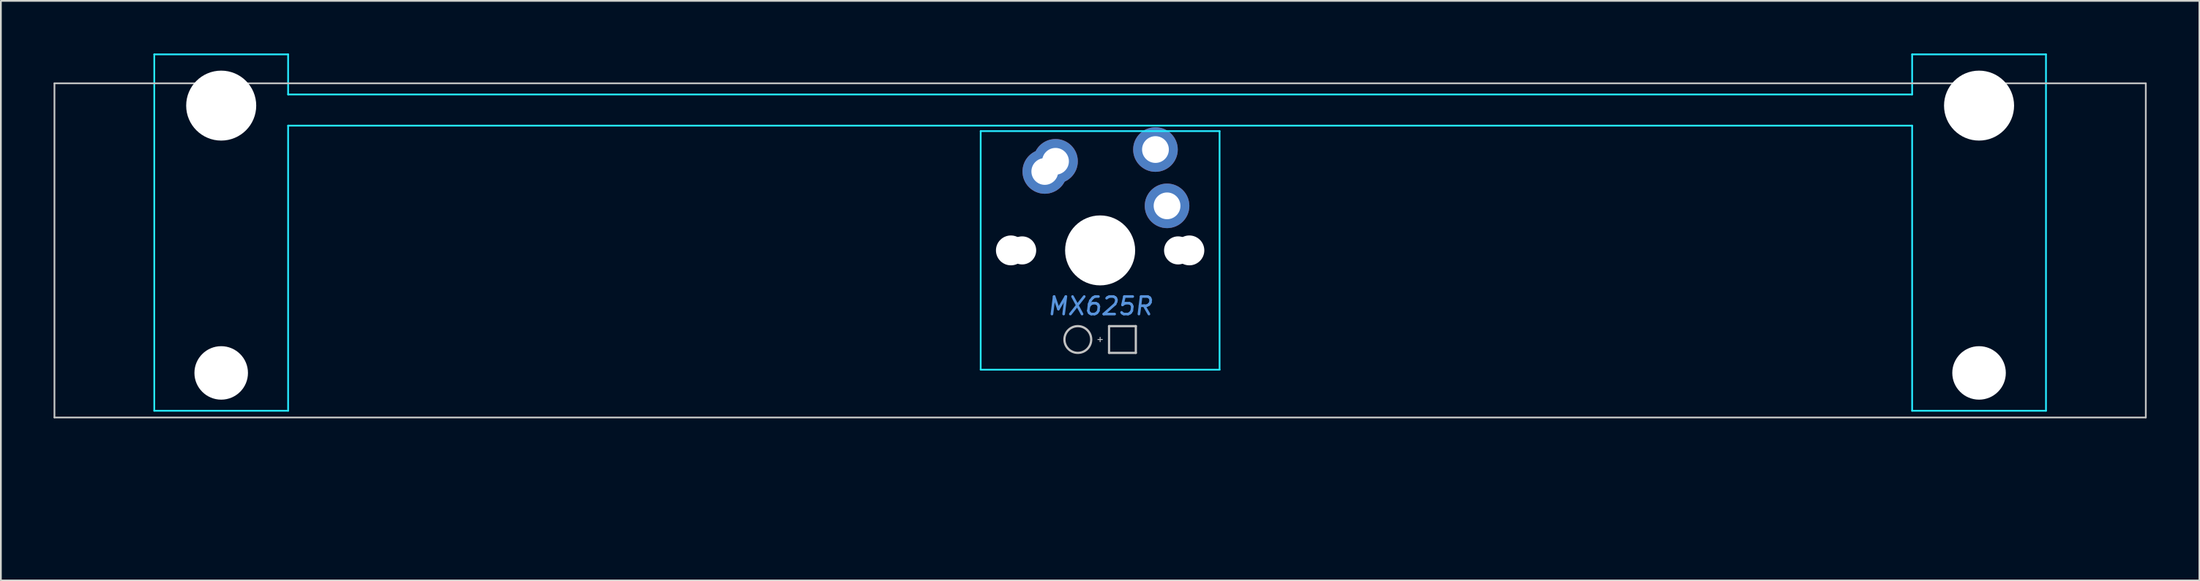
<source format=kicad_pcb>
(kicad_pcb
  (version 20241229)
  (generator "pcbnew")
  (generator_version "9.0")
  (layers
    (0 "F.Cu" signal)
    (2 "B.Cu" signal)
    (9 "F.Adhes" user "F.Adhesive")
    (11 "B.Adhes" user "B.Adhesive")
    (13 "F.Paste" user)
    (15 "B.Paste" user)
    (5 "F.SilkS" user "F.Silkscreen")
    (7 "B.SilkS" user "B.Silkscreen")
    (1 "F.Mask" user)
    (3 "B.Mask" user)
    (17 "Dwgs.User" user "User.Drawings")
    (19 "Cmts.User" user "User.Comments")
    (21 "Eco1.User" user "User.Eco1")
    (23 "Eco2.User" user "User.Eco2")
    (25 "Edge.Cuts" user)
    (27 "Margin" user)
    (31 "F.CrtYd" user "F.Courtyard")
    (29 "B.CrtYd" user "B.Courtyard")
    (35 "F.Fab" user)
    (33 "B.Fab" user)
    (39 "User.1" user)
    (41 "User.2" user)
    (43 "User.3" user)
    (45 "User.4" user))
  (footprint "MX625R"
    (layer "F.Cu")
    (at 59.581 11.226)
    (property "Reference" "MX625R" (at 0 3.175 0) (layer "Cmts.User") (effects (font (size 1 1) (thickness 0.15) (italic yes))))
    (attr through_hole)
    (fp_line (start -59.531 -9.525) (end -59.531 9.525) (stroke (width 0.1) (type solid)) (layer "Dwgs.User"))
    (fp_line (start -59.531 -9.525) (end 59.531 -9.525) (stroke (width 0.1) (type solid)) (layer "Dwgs.User"))
    (fp_line (start -59.531 9.525) (end 59.531 9.525) (stroke (width 0.1) (type solid)) (layer "Dwgs.User"))
    (fp_line (start -0.127 5.08) (end 0.127 5.08) (stroke (width 0.051) (type solid)) (layer "Dwgs.User"))
    (fp_line (start 0 5.207) (end 0 4.953) (stroke (width 0.051) (type solid)) (layer "Dwgs.User"))
    (fp_line (start 0.508 4.318) (end 0.508 5.842) (stroke (width 0.127) (type solid)) (layer "Dwgs.User"))
    (fp_line (start 0.508 4.318) (end 2.032 4.318) (stroke (width 0.127) (type solid)) (layer "Dwgs.User"))
    (fp_line (start 0.508 5.842) (end 2.032 5.842) (stroke (width 0.127) (type solid)) (layer "Dwgs.User"))
    (fp_line (start 2.032 5.842) (end 2.032 4.318) (stroke (width 0.127) (type solid)) (layer "Dwgs.User"))
    (fp_line (start 59.531 -9.525) (end 59.531 9.525) (stroke (width 0.1) (type solid)) (layer "Dwgs.User"))
    (fp_circle (center -1.27 5.08) (end -0.508 5.08) (stroke (width 0.127) (type solid)) (fill no) (layer "Dwgs.User"))
    (fp_line (start -54.28 0.508) (end -53.264 0.508) (stroke (width 0.1) (type solid)) (layer "Eco1.User"))
    (fp_line (start -54.28 3.302) (end -54.28 0.508) (stroke (width 0.1) (type solid)) (layer "Eco1.User"))
    (fp_line (start -53.264 0.508) (end -53.264 -6.604) (stroke (width 0.1) (type solid)) (layer "Eco1.User"))
    (fp_line (start -53.264 3.302) (end -54.28 3.302) (stroke (width 0.1) (type solid)) (layer "Eco1.User"))
    (fp_line (start -53.264 -6.604) (end -51.46 -6.604) (stroke (width 0.1) (type solid)) (layer "Eco1.User"))
    (fp_line (start -53.264 5.69) (end -53.264 3.302) (stroke (width 0.1) (type solid)) (layer "Eco1.User"))
    (fp_line (start -51.46 -7.772) (end -48.412 -7.772) (stroke (width 0.1) (type solid)) (layer "Eco1.User"))
    (fp_line (start -51.46 -6.604) (end -51.46 -7.772) (stroke (width 0.1) (type solid)) (layer "Eco1.User"))
    (fp_line (start -48.412 -7.772) (end -48.412 -6.604) (stroke (width 0.1) (type solid)) (layer "Eco1.User"))
    (fp_line (start -48.412 -6.604) (end -46.609 -6.604) (stroke (width 0.1) (type solid)) (layer "Eco1.User"))
    (fp_line (start -46.609 -2.286) (end -6.985 -2.286) (stroke (width 0.1) (type solid)) (layer "Eco1.User"))
    (fp_line (start -46.609 5.69) (end -53.264 5.69) (stroke (width 0.1) (type solid)) (layer "Eco1.User"))
    (fp_line (start -46.609 -6.604) (end -46.609 -2.286) (stroke (width 0.1) (type solid)) (layer "Eco1.User"))
    (fp_line (start -46.609 2.286) (end -46.609 5.69) (stroke (width 0.1) (type solid)) (layer "Eco1.User"))
    (fp_line (start -7 7) (end -6.985 2.286) (stroke (width 0.1) (type solid)) (layer "Eco1.User"))
    (fp_line (start -6.985 -2.286) (end -6.985 -6.985) (stroke (width 0.1) (type solid)) (layer "Eco1.User"))
    (fp_line (start -6.985 -6.985) (end 7 -7) (stroke (width 0.1) (type solid)) (layer "Eco1.User"))
    (fp_line (start -6.985 2.286) (end -46.609 2.286) (stroke (width 0.1) (type solid)) (layer "Eco1.User"))
    (fp_line (start -0.941 0.000031) (end 0.941 -0.000025) (stroke (width 0.1) (type solid)) (layer "Eco1.User"))
    (fp_line (start 0 15.765) (end 0 15.765) (stroke (width 0.1) (type solid)) (layer "Eco1.User"))
    (fp_line (start 0 15.765) (end 0 15.765) (stroke (width 0.1) (type solid)) (layer "Eco1.User"))
    (fp_line (start 0 15.765) (end 0 15.765) (stroke (width 0.1) (type solid)) (layer "Eco1.User"))
    (fp_line (start 0.000028 0.941) (end -0.000028 -0.941) (stroke (width 0.1) (type solid)) (layer "Eco1.User"))
    (fp_line (start 6.985 -2.286) (end 46.609 -2.286) (stroke (width 0.1) (type solid)) (layer "Eco1.User"))
    (fp_line (start 6.985 2.286) (end 7 7) (stroke (width 0.1) (type solid)) (layer "Eco1.User"))
    (fp_line (start 7 -7) (end 6.985 -2.286) (stroke (width 0.1) (type solid)) (layer "Eco1.User"))
    (fp_line (start 7 7) (end -7 7) (stroke (width 0.1) (type solid)) (layer "Eco1.User"))
    (fp_line (start 46.609 -6.604) (end 48.412 -6.604) (stroke (width 0.1) (type solid)) (layer "Eco1.User"))
    (fp_line (start 46.609 -2.286) (end 46.609 -6.604) (stroke (width 0.1) (type solid)) (layer "Eco1.User"))
    (fp_line (start 46.609 2.286) (end 6.985 2.286) (stroke (width 0.1) (type solid)) (layer "Eco1.User"))
    (fp_line (start 46.609 5.69) (end 46.609 2.286) (stroke (width 0.1) (type solid)) (layer "Eco1.User"))
    (fp_line (start 48.412 -7.772) (end 51.46 -7.772) (stroke (width 0.1) (type solid)) (layer "Eco1.User"))
    (fp_line (start 48.412 -6.604) (end 48.412 -7.772) (stroke (width 0.1) (type solid)) (layer "Eco1.User"))
    (fp_line (start 51.46 -7.772) (end 51.46 -6.604) (stroke (width 0.1) (type solid)) (layer "Eco1.User"))
    (fp_line (start 51.46 -6.604) (end 53.264 -6.604) (stroke (width 0.1) (type solid)) (layer "Eco1.User"))
    (fp_line (start 53.264 -6.604) (end 53.264 0.508) (stroke (width 0.1) (type solid)) (layer "Eco1.User"))
    (fp_line (start 53.264 5.69) (end 46.609 5.69) (stroke (width 0.1) (type solid)) (layer "Eco1.User"))
    (fp_line (start 53.264 0.508) (end 54.28 0.508) (stroke (width 0.1) (type solid)) (layer "Eco1.User"))
    (fp_line (start 53.264 3.302) (end 53.264 5.69) (stroke (width 0.1) (type solid)) (layer "Eco1.User"))
    (fp_line (start 54.28 0.508) (end 54.28 3.302) (stroke (width 0.1) (type solid)) (layer "Eco1.User"))
    (fp_line (start 54.28 3.302) (end 53.264 3.302) (stroke (width 0.1) (type solid)) (layer "Eco1.User"))
    (fp_line (start -53.848 9.144) (end -53.848 -11.176) (stroke (width 0.1) (type solid)) (layer "B.CrtYd"))
    (fp_line (start -46.228 -11.176) (end -53.848 -11.176) (stroke (width 0.1) (type solid)) (layer "B.CrtYd"))
    (fp_line (start -46.228 -8.89) (end -46.228 -11.176) (stroke (width 0.1) (type solid)) (layer "B.CrtYd"))
    (fp_line (start -46.228 -7.112) (end -46.228 9.144) (stroke (width 0.1) (type solid)) (layer "B.CrtYd"))
    (fp_line (start -46.228 9.144) (end -53.848 9.144) (stroke (width 0.1) (type solid)) (layer "B.CrtYd"))
    (fp_line (start -6.8 -6.8) (end -6.8 6.8) (stroke (width 0.1) (type solid)) (layer "B.CrtYd"))
    (fp_line (start -6.8 -6.8) (end 6.8 -6.8) (stroke (width 0.1) (type solid)) (layer "B.CrtYd"))
    (fp_line (start -6.8 6.8) (end 6.8 6.8) (stroke (width 0.1) (type solid)) (layer "B.CrtYd"))
    (fp_line (start 6.8 6.8) (end 6.8 -6.8) (stroke (width 0.1) (type solid)) (layer "B.CrtYd"))
    (fp_line (start 46.228 -8.89) (end -46.228 -8.89) (stroke (width 0.1) (type solid)) (layer "B.CrtYd"))
    (fp_line (start 46.228 -8.89) (end 46.228 -11.176) (stroke (width 0.1) (type solid)) (layer "B.CrtYd"))
    (fp_line (start 46.228 -7.112) (end -46.228 -7.112) (stroke (width 0.1) (type solid)) (layer "B.CrtYd"))
    (fp_line (start 46.228 -7.112) (end 46.228 9.144) (stroke (width 0.1) (type solid)) (layer "B.CrtYd"))
    (fp_line (start 53.848 -11.176) (end 46.228 -11.176) (stroke (width 0.1) (type solid)) (layer "B.CrtYd"))
    (fp_line (start 53.848 9.144) (end 46.228 9.144) (stroke (width 0.1) (type solid)) (layer "B.CrtYd"))
    (fp_line (start 53.848 9.144) (end 53.848 -11.176) (stroke (width 0.1) (type solid)) (layer "B.CrtYd"))
    (pad "" np_thru_hole circle (at -50.038 -8.255) (size 3.988 3.988) (drill 3.988) (layers "*.Cu" "*.Mask"))
    (pad "" np_thru_hole circle (at -50.038 6.985) (size 3.048 3.048) (drill 3.048) (layers "*.Cu" "*.Mask"))
    (pad "" np_thru_hole circle (at -5.08 0) (size 1.702 1.702) (drill 1.702) (layers "*.Cu" "*.Mask"))
    (pad "" np_thru_hole circle (at -4.44 0) (size 1.6 1.6) (drill 1.6) (layers "*.Cu" "*.Mask"))
    (pad "" np_thru_hole circle (at 0 0) (size 3.988 3.988) (drill 3.988) (layers "*.Cu" "*.Mask"))
    (pad "" np_thru_hole circle (at 4.44 0) (size 1.6 1.6) (drill 1.6) (layers "*.Cu" "*.Mask"))
    (pad "" np_thru_hole circle (at 5.08 0) (size 1.702 1.702) (drill 1.702) (layers "*.Cu" "*.Mask"))
    (pad "" np_thru_hole circle (at 50.038 -8.255) (size 3.988 3.988) (drill 3.988) (layers "*.Cu" "*.Mask"))
    (pad "" np_thru_hole circle (at 50.038 6.985) (size 3.048 3.048) (drill 3.048) (layers "*.Cu" "*.Mask"))
    (pad "1" thru_hole circle (at -3.15 -4.5) (size 2.54 2.54) (drill 1.524) (layers "*.Cu" "*.Mask"))
    (pad "1" thru_hole circle (at -2.54 -5.08) (size 2.54 2.54) (drill 1.524) (layers "*.Cu" "*.Mask"))
    (pad "2" thru_hole circle (at 3.15 -5.75) (size 2.54 2.54) (drill 1.524) (layers "*.Cu" "*.Mask"))
    (pad "2" thru_hole circle (at 3.81 -2.54) (size 2.54 2.54) (drill 1.524) (layers "*.Cu" "*.Mask")))
  (gr_rect
    (start -3 -3)
    (end 122.162 30.041)
    (stroke (width 0.1) (type default))
    (fill no)
    (layer "Edge.Cuts")))
</source>
